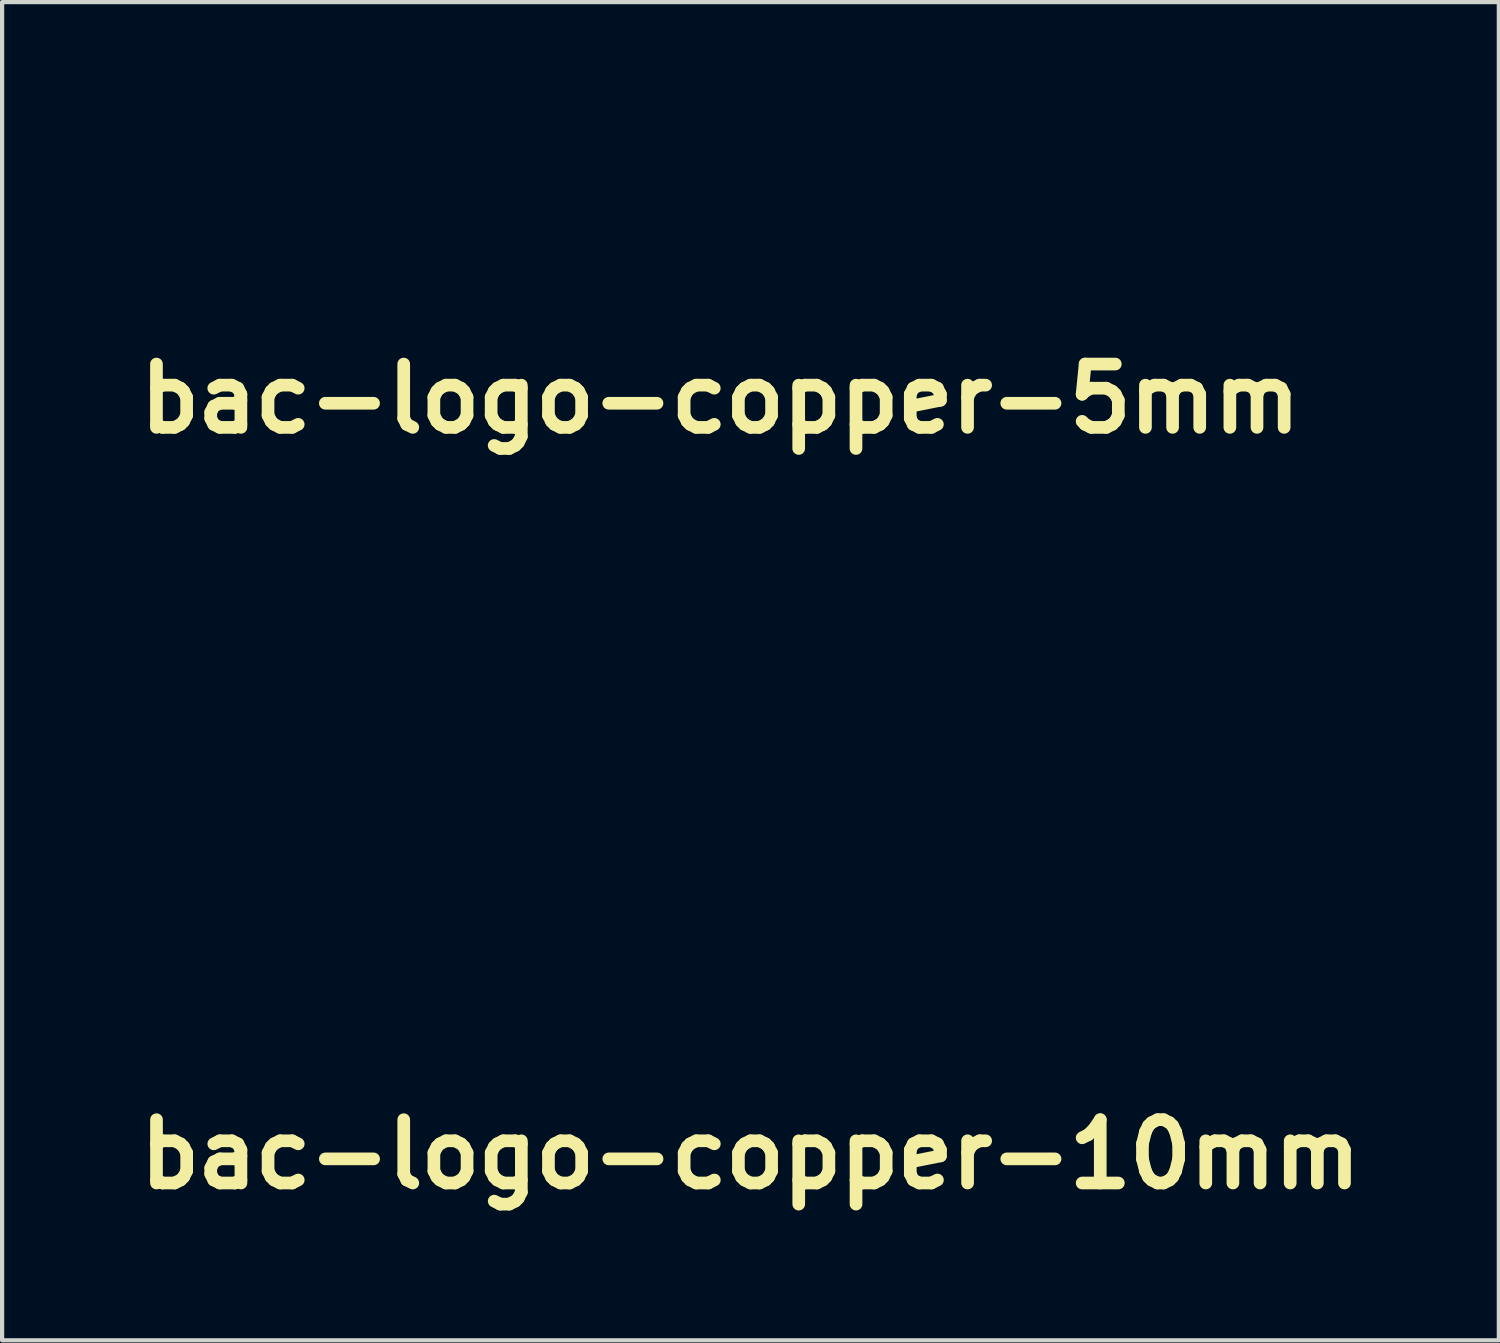
<source format=kicad_pcb>
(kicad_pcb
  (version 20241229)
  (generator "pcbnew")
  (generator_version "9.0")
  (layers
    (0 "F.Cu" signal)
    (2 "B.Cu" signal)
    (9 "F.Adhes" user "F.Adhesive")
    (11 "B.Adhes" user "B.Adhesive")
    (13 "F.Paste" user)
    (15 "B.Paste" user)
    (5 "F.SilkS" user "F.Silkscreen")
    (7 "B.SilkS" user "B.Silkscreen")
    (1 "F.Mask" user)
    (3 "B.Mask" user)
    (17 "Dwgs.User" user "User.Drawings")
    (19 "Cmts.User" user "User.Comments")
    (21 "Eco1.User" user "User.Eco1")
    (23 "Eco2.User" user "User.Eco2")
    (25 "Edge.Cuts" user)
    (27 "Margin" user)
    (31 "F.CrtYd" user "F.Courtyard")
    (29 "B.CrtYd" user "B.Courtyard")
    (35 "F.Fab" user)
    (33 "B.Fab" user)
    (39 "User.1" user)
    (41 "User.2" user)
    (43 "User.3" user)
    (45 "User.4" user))
  (footprint "bac-logo-copper-10mm"
    (layer "F.Cu")
    (at 14.729 15.597)
    (property "Reference" "bac-logo-copper-10mm" (at 0 8.7 0) (layer "F.SilkS") (effects (font (size 1.5 1.5) (thickness 0.3))))
    (attr board_only exclude_from_pos_files exclude_from_bom)
    (fp_poly (pts (xy 0.105 -3.434) (xy 0.248 -3.386) (xy 0.283 -3.364) (xy 0.368 -3.265) (xy 0.386 -3.155) (xy 0.334 -3.051) (xy 0.288 -3.008) (xy 0.163 -2.95) (xy 0.002 -2.922) (xy -0.161 -2.926) (xy -0.276 -2.957) (xy -0.407 -3.041) (xy -0.469 -3.138) (xy -0.461 -3.241) (xy -0.383 -3.344) (xy -0.356 -3.365) (xy -0.227 -3.423) (xy -0.064 -3.446)) (stroke (width 0) (type solid)) (fill yes) (layer "F.Mask"))
    (fp_poly (pts (xy -0.005 1.738) (xy 0.007 1.764) (xy 0.016 1.816) (xy 0.023 1.899) (xy 0.028 2.021) (xy 0.032 2.188) (xy 0.035 2.406) (xy 0.036 2.681) (xy 0.037 3.02) (xy 0.037 3.221) (xy 0.037 3.595) (xy 0.036 3.903) (xy 0.034 4.149) (xy 0.031 4.341) (xy 0.026 4.485) (xy 0.02 4.588) (xy 0.012 4.655) (xy 0.002 4.694) (xy -0.011 4.71) (xy -0.018 4.712) (xy -0.032 4.705) (xy -0.044 4.678) (xy -0.053 4.626) (xy -0.06 4.543) (xy -0.065 4.421) (xy -0.069 4.254) (xy -0.072 4.036) (xy -0.073 3.761) (xy -0.074 3.422) (xy -0.074 3.221) (xy -0.073 2.847) (xy -0.072 2.539) (xy -0.07 2.293) (xy -0.067 2.101) (xy -0.063 1.957) (xy -0.057 1.854) (xy -0.049 1.787) (xy -0.038 1.748) (xy -0.026 1.732) (xy -0.018 1.73)) (stroke (width 0) (type solid)) (fill yes) (layer "F.Mask"))
    (fp_poly (pts (xy 0.019 -4.779) (xy 0.124 -4.73) (xy 0.276 -4.655) (xy 0.468 -4.556) (xy 0.691 -4.439) (xy 0.937 -4.308) (xy 1.198 -4.168) (xy 1.466 -4.023) (xy 1.732 -3.877) (xy 1.989 -3.736) (xy 2.227 -3.603) (xy 2.439 -3.482) (xy 2.617 -3.38) (xy 2.752 -3.299) (xy 2.836 -3.244) (xy 2.85 -3.233) (xy 2.864 -3.222) (xy 2.876 -3.206) (xy 2.886 -3.183) (xy 2.895 -3.146) (xy 2.902 -3.092) (xy 2.909 -3.015) (xy 2.914 -2.911) (xy 2.918 -2.775) (xy 2.922 -2.602) (xy 2.925 -2.388) (xy 2.927 -2.129) (xy 2.929 -1.818) (xy 2.931 -1.452) (xy 2.933 -1.026) (xy 2.934 -0.535) (xy 2.936 -0.054) (xy 2.937 0.421) (xy 2.937 0.877) (xy 2.937 1.308) (xy 2.936 1.708) (xy 2.934 2.072) (xy 2.932 2.394) (xy 2.929 2.668) (xy 2.926 2.89) (xy 2.922 3.052) (xy 2.918 3.151) (xy 2.915 3.178) (xy 2.904 3.208) (xy 2.882 3.24) (xy 2.843 3.277) (xy 2.781 3.324) (xy 2.692 3.384) (xy 2.568 3.46) (xy 2.405 3.556) (xy 2.198 3.675) (xy 1.939 3.822) (xy 1.623 3.999) (xy 1.489 4.074) (xy 1.095 4.293) (xy 0.762 4.476) (xy 0.49 4.622) (xy 0.277 4.732) (xy 0.121 4.807) (xy 0.02 4.848) (xy -0.018 4.857) (xy -0.08 4.84) (xy -0.198 4.789) (xy -0.372 4.703) (xy -0.606 4.581) (xy -0.899 4.424) (xy -1.253 4.23) (xy -1.509 4.087) (xy -1.902 3.867) (xy -2.233 3.678) (xy -2.501 3.522) (xy -2.706 3.398) (xy -2.846 3.306) (xy -2.922 3.248) (xy -2.935 3.233) (xy -2.943 3.2) (xy -2.951 3.134) (xy -2.957 3.029) (xy -2.963 2.884) (xy -2.967 2.693) (xy -2.971 2.453) (xy -2.974 2.161) (xy -2.977 1.812) (xy -2.979 1.404) (xy -2.98 0.931) (xy -2.98 0.391) (xy -2.98 0.141) (xy -2.835 0.141) (xy -2.826 1.681) (xy -2.816 3.221) (xy -1.454 3.983) (xy -1.134 4.16) (xy -0.843 4.319) (xy -0.587 4.457) (xy -0.371 4.57) (xy -0.2 4.656) (xy -0.082 4.712) (xy -0.02 4.734) (xy -0.015 4.734) (xy 0.033 4.715) (xy 0.138 4.663) (xy 0.293 4.583) (xy 0.49 4.479) (xy 0.724 4.354) (xy 0.986 4.211) (xy 1.27 4.056) (xy 1.415 3.976) (xy 1.704 3.815) (xy 1.973 3.665) (xy 2.214 3.528) (xy 2.422 3.409) (xy 2.589 3.311) (xy 2.708 3.239) (xy 2.773 3.197) (xy 2.783 3.188) (xy 2.786 3.143) (xy 2.789 3.033) (xy 2.79 2.865) (xy 2.791 2.648) (xy 2.792 2.389) (xy 2.791 2.097) (xy 2.79 1.779) (xy 2.789 1.651) (xy 2.779 0.155) (xy 1.421 0.91) (xy 1.129 1.072) (xy 0.854 1.221) (xy 0.604 1.355) (xy 0.387 1.47) (xy 0.208 1.562) (xy 0.075 1.627) (xy -0.004 1.661) (xy -0.022 1.666) (xy -0.067 1.649) (xy -0.168 1.6) (xy -0.317 1.525) (xy -0.506 1.427) (xy -0.726 1.311) (xy -0.969 1.181) (xy -1.227 1.042) (xy -1.491 0.899) (xy -1.754 0.755) (xy -2.007 0.616) (xy -2.242 0.485) (xy -2.45 0.367) (xy -2.624 0.267) (xy -2.715 0.213) (xy -2.835 0.141) (xy -2.98 0.141) (xy -2.981 0.061) (xy -2.753 0.061) (xy -2.744 0.072) (xy -2.729 0.074) (xy -2.69 0.091) (xy -2.595 0.141) (xy -2.449 0.219) (xy -2.26 0.321) (xy -2.034 0.445) (xy -1.779 0.586) (xy -1.501 0.74) (xy -1.376 0.81) (xy -1.09 0.969) (xy -0.824 1.116) (xy -0.585 1.247) (xy -0.379 1.36) (xy -0.213 1.449) (xy -0.095 1.511) (xy -0.032 1.543) (xy -0.023 1.546) (xy 0.016 1.529) (xy 0.111 1.479) (xy 0.257 1.402) (xy 0.446 1.299) (xy 0.672 1.177) (xy 0.927 1.037) (xy 1.204 0.884) (xy 1.309 0.825) (xy 1.594 0.667) (xy 1.86 0.519) (xy 2.1 0.384) (xy 2.307 0.268) (xy 2.473 0.173) (xy 2.592 0.105) (xy 2.657 0.067) (xy 2.665 0.062) (xy 2.67 0.046) (xy 2.65 0.019) (xy 2.601 -0.02) (xy 2.518 -0.077) (xy 2.394 -0.152) (xy 2.227 -0.251) (xy 2.009 -0.374) (xy 1.737 -0.527) (xy 1.406 -0.711) (xy 1.389 -0.721) (xy 0.055 -1.46) (xy 0.046 0.006) (xy 0.043 0.378) (xy 0.04 0.683) (xy 0.036 0.926) (xy 0.032 1.116) (xy 0.026 1.257) (xy 0.019 1.357) (xy 0.01 1.422) (xy -0.001 1.458) (xy -0.014 1.472) (xy -0.018 1.472) (xy -0.032 1.464) (xy -0.044 1.436) (xy -0.053 1.381) (xy -0.061 1.292) (xy -0.067 1.164) (xy -0.072 0.99) (xy -0.076 0.764) (xy -0.079 0.479) (xy -0.082 0.128) (xy -0.082 0.003) (xy -0.092 -1.466) (xy -1.426 -0.724) (xy -1.77 -0.532) (xy -2.055 -0.372) (xy -2.284 -0.242) (xy -2.461 -0.139) (xy -2.593 -0.059) (xy -2.682 -0.002) (xy -2.734 0.038) (xy -2.753 0.061) (xy -2.981 0.061) (xy -2.981 0.013) (xy -2.981 -0.542) (xy -2.98 -1.027) (xy -2.98 -1.448) (xy -2.979 -1.599) (xy -2.834 -1.599) (xy -2.834 -0.079) (xy -1.518 -0.812) (xy -1.234 -0.972) (xy -0.97 -1.12) (xy -0.734 -1.254) (xy -0.532 -1.37) (xy -0.372 -1.464) (xy -0.259 -1.531) (xy -0.201 -1.568) (xy -0.195 -1.574) (xy -0.224 -1.597) (xy -0.312 -1.651) (xy -0.45 -1.733) (xy -0.633 -1.839) (xy -0.854 -1.964) (xy -1.105 -2.105) (xy -1.38 -2.258) (xy -1.492 -2.319) (xy -1.844 -2.514) (xy -2.135 -2.677) (xy -2.367 -2.81) (xy -2.546 -2.917) (xy -2.673 -2.999) (xy -2.754 -3.059) (xy -2.792 -3.099) (xy -2.79 -3.122) (xy -2.752 -3.129) (xy -2.749 -3.129) (xy -2.708 -3.112) (xy -2.609 -3.062) (xy -2.46 -2.984) (xy -2.268 -2.881) (xy -2.04 -2.757) (xy -1.783 -2.615) (xy -1.504 -2.461) (xy -1.381 -2.393) (xy -1.096 -2.234) (xy -0.829 -2.087) (xy -0.589 -1.955) (xy -0.382 -1.843) (xy -0.216 -1.754) (xy -0.097 -1.691) (xy -0.032 -1.66) (xy -0.023 -1.657) (xy 0.017 -1.674) (xy 0.114 -1.723) (xy 0.261 -1.801) (xy 0.452 -1.904) (xy 0.679 -2.027) (xy 0.935 -2.167) (xy 1.214 -2.321) (xy 1.344 -2.393) (xy 1.631 -2.551) (xy 1.899 -2.698) (xy 2.141 -2.83) (xy 2.35 -2.942) (xy 2.519 -3.031) (xy 2.641 -3.094) (xy 2.708 -3.126) (xy 2.719 -3.129) (xy 2.752 -3.123) (xy 2.753 -3.103) (xy 2.718 -3.066) (xy 2.642 -3.011) (xy 2.523 -2.934) (xy 2.355 -2.833) (xy 2.136 -2.706) (xy 1.861 -2.549) (xy 1.525 -2.361) (xy 1.424 -2.305) (xy 0.111 -1.573) (xy 1.445 -0.83) (xy 2.779 -0.087) (xy 2.789 -1.597) (xy 2.791 -1.989) (xy 2.791 -2.313) (xy 2.79 -2.575) (xy 2.787 -2.78) (xy 2.783 -2.934) (xy 2.776 -3.043) (xy 2.767 -3.112) (xy 2.755 -3.146) (xy 2.752 -3.15) (xy 2.705 -3.182) (xy 2.603 -3.243) (xy 2.454 -3.329) (xy 2.266 -3.436) (xy 2.048 -3.559) (xy 1.807 -3.693) (xy 1.552 -3.834) (xy 1.291 -3.977) (xy 1.032 -4.119) (xy 0.784 -4.254) (xy 0.555 -4.377) (xy 0.353 -4.486) (xy 0.186 -4.573) (xy 0.062 -4.637) (xy -0.009 -4.67) (xy -0.023 -4.675) (xy -0.064 -4.658) (xy -0.161 -4.609) (xy -0.305 -4.533) (xy -0.489 -4.435) (xy -0.704 -4.319) (xy -0.943 -4.19) (xy -1.196 -4.052) (xy -1.457 -3.909) (xy -1.715 -3.766) (xy -1.964 -3.629) (xy -2.195 -3.5) (xy -2.399 -3.385) (xy -2.569 -3.288) (xy -2.697 -3.214) (xy -2.773 -3.167) (xy -2.788 -3.156) (xy -2.8 -3.13) (xy -2.81 -3.069) (xy -2.818 -2.968) (xy -2.824 -2.821) (xy -2.829 -2.622) (xy -2.832 -2.367) (xy -2.834 -2.05) (xy -2.834 -1.665) (xy -2.834 -1.599) (xy -2.979 -1.599) (xy -2.979 -1.81) (xy -2.977 -2.117) (xy -2.975 -2.374) (xy -2.973 -2.585) (xy -2.969 -2.755) (xy -2.965 -2.889) (xy -2.959 -2.992) (xy -2.953 -3.069) (xy -2.946 -3.123) (xy -2.937 -3.159) (xy -2.927 -3.184) (xy -2.917 -3.198) (xy -2.867 -3.237) (xy -2.762 -3.305) (xy -2.608 -3.398) (xy -2.416 -3.511) (xy -2.192 -3.64) (xy -1.945 -3.78) (xy -1.683 -3.927) (xy -1.415 -4.076) (xy -1.149 -4.222) (xy -0.892 -4.361) (xy -0.654 -4.489) (xy -0.443 -4.6) (xy -0.266 -4.691) (xy -0.132 -4.756) (xy -0.049 -4.791) (xy -0.029 -4.796)) (stroke (width 0) (type solid)) (fill yes) (layer "F.Mask")))
  (footprint "bac-logo-copper-5mm"
    (layer "F.Cu")
    (at 14.014 2.396)
    (property "Reference" "bac-logo-copper-5mm" (at 0 4 0) (layer "F.SilkS") (effects (font (size 1.5 1.5) (thickness 0.3))))
    (attr board_only exclude_from_pos_files exclude_from_bom)
    (fp_poly (pts (xy 0.052 -1.716) (xy 0.124 -1.692) (xy 0.141 -1.681) (xy 0.184 -1.631) (xy 0.193 -1.577) (xy 0.167 -1.524) (xy 0.144 -1.503) (xy 0.081 -1.474) (xy 0.001 -1.46) (xy -0.08 -1.462) (xy -0.138 -1.477) (xy -0.203 -1.519) (xy -0.234 -1.568) (xy -0.23 -1.62) (xy -0.191 -1.671) (xy -0.178 -1.681) (xy -0.114 -1.71) (xy -0.032 -1.722)) (stroke (width 0) (type solid)) (fill yes) (layer "F.Mask"))
    (fp_poly (pts (xy -0.002 0.868) (xy 0.003 0.881) (xy 0.008 0.907) (xy 0.012 0.949) (xy 0.014 1.01) (xy 0.016 1.093) (xy 0.017 1.202) (xy 0.018 1.339) (xy 0.018 1.509) (xy 0.018 1.609) (xy 0.018 1.796) (xy 0.018 1.95) (xy 0.017 2.073) (xy 0.015 2.169) (xy 0.013 2.241) (xy 0.01 2.292) (xy 0.006 2.326) (xy 0.001 2.345) (xy -0.005 2.353) (xy -0.009 2.354) (xy -0.016 2.351) (xy -0.022 2.337) (xy -0.026 2.311) (xy -0.03 2.27) (xy -0.033 2.209) (xy -0.034 2.125) (xy -0.036 2.017) (xy -0.036 1.879) (xy -0.037 1.71) (xy -0.037 1.609) (xy -0.037 1.422) (xy -0.036 1.269) (xy -0.035 1.146) (xy -0.034 1.05) (xy -0.031 0.978) (xy -0.028 0.926) (xy -0.024 0.893) (xy -0.019 0.874) (xy -0.013 0.865) (xy -0.009 0.864)) (stroke (width 0) (type solid)) (fill yes) (layer "F.Mask"))
    (fp_poly (pts (xy 0.01 -2.388) (xy 0.062 -2.364) (xy 0.138 -2.326) (xy 0.234 -2.276) (xy 0.345 -2.218) (xy 0.468 -2.153) (xy 0.599 -2.082) (xy 0.732 -2.01) (xy 0.865 -1.937) (xy 0.994 -1.867) (xy 1.113 -1.8) (xy 1.219 -1.74) (xy 1.308 -1.689) (xy 1.375 -1.648) (xy 1.417 -1.621) (xy 1.424 -1.616) (xy 1.431 -1.61) (xy 1.437 -1.602) (xy 1.442 -1.59) (xy 1.446 -1.572) (xy 1.45 -1.545) (xy 1.453 -1.506) (xy 1.456 -1.454) (xy 1.458 -1.386) (xy 1.46 -1.3) (xy 1.461 -1.193) (xy 1.463 -1.064) (xy 1.464 -0.908) (xy 1.464 -0.726) (xy 1.465 -0.513) (xy 1.466 -0.267) (xy 1.467 -0.027) (xy 1.467 0.21) (xy 1.467 0.438) (xy 1.467 0.653) (xy 1.467 0.853) (xy 1.466 1.035) (xy 1.465 1.196) (xy 1.464 1.333) (xy 1.462 1.444) (xy 1.46 1.525) (xy 1.458 1.574) (xy 1.457 1.588) (xy 1.451 1.603) (xy 1.44 1.619) (xy 1.42 1.637) (xy 1.39 1.661) (xy 1.345 1.691) (xy 1.283 1.729) (xy 1.202 1.776) (xy 1.098 1.836) (xy 0.969 1.909) (xy 0.811 1.998) (xy 0.744 2.036) (xy 0.547 2.145) (xy 0.381 2.236) (xy 0.245 2.309) (xy 0.138 2.364) (xy 0.06 2.402) (xy 0.01 2.422) (xy -0.009 2.427) (xy -0.04 2.418) (xy -0.099 2.393) (xy -0.186 2.35) (xy -0.303 2.289) (xy -0.449 2.21) (xy -0.626 2.113) (xy -0.754 2.042) (xy -0.95 1.932) (xy -1.116 1.838) (xy -1.25 1.76) (xy -1.352 1.698) (xy -1.422 1.652) (xy -1.46 1.623) (xy -1.466 1.615) (xy -1.471 1.599) (xy -1.474 1.566) (xy -1.478 1.514) (xy -1.48 1.441) (xy -1.483 1.345) (xy -1.485 1.226) (xy -1.486 1.08) (xy -1.487 0.906) (xy -1.488 0.701) (xy -1.489 0.465) (xy -1.489 0.195) (xy -1.489 0.07) (xy -1.417 0.07) (xy -1.412 0.84) (xy -1.407 1.609) (xy -0.727 1.99) (xy -0.567 2.079) (xy -0.421 2.158) (xy -0.293 2.227) (xy -0.185 2.283) (xy -0.1 2.326) (xy -0.041 2.354) (xy -0.01 2.365) (xy -0.008 2.365) (xy 0.016 2.356) (xy 0.069 2.33) (xy 0.146 2.29) (xy 0.245 2.238) (xy 0.362 2.175) (xy 0.493 2.104) (xy 0.634 2.027) (xy 0.707 1.987) (xy 0.851 1.906) (xy 0.986 1.831) (xy 1.106 1.763) (xy 1.21 1.703) (xy 1.293 1.654) (xy 1.353 1.618) (xy 1.386 1.597) (xy 1.391 1.593) (xy 1.392 1.57) (xy 1.393 1.515) (xy 1.394 1.432) (xy 1.395 1.323) (xy 1.395 1.194) (xy 1.395 1.048) (xy 1.394 0.889) (xy 1.393 0.825) (xy 1.389 0.077) (xy 0.71 0.455) (xy 0.564 0.535) (xy 0.427 0.61) (xy 0.302 0.677) (xy 0.193 0.734) (xy 0.104 0.78) (xy 0.038 0.813) (xy -0.002 0.83) (xy -0.011 0.832) (xy -0.033 0.824) (xy -0.084 0.799) (xy -0.158 0.762) (xy -0.253 0.713) (xy -0.363 0.655) (xy -0.484 0.59) (xy -0.613 0.521) (xy -0.745 0.449) (xy -0.876 0.377) (xy -1.003 0.308) (xy -1.12 0.242) (xy -1.224 0.184) (xy -1.311 0.134) (xy -1.357 0.106) (xy -1.417 0.07) (xy -1.489 0.07) (xy -1.489 0.031) (xy -1.376 0.031) (xy -1.371 0.036) (xy -1.363 0.037) (xy -1.344 0.045) (xy -1.297 0.07) (xy -1.224 0.109) (xy -1.129 0.161) (xy -1.016 0.222) (xy -0.889 0.293) (xy -0.75 0.37) (xy -0.687 0.405) (xy -0.545 0.484) (xy -0.412 0.557) (xy -0.292 0.623) (xy -0.189 0.679) (xy -0.107 0.724) (xy -0.048 0.755) (xy -0.016 0.771) (xy -0.011 0.772) (xy 0.008 0.764) (xy 0.056 0.739) (xy 0.128 0.7) (xy 0.223 0.649) (xy 0.336 0.588) (xy 0.463 0.518) (xy 0.601 0.442) (xy 0.654 0.412) (xy 0.796 0.333) (xy 0.929 0.259) (xy 1.049 0.192) (xy 1.153 0.134) (xy 1.236 0.087) (xy 1.295 0.052) (xy 1.327 0.033) (xy 1.331 0.031) (xy 1.334 0.023) (xy 1.324 0.01) (xy 1.3 -0.01) (xy 1.258 -0.038) (xy 1.196 -0.076) (xy 1.112 -0.125) (xy 1.004 -0.187) (xy 0.868 -0.263) (xy 0.702 -0.355) (xy 0.694 -0.36) (xy 0.028 -0.73) (xy 0.023 0.003) (xy 0.021 0.189) (xy 0.02 0.341) (xy 0.018 0.463) (xy 0.016 0.558) (xy 0.013 0.628) (xy 0.009 0.678) (xy 0.005 0.711) (xy -0.0004 0.729) (xy -0.007 0.735) (xy -0.009 0.736) (xy -0.016 0.732) (xy -0.022 0.717) (xy -0.027 0.69) (xy -0.03 0.646) (xy -0.033 0.582) (xy -0.036 0.495) (xy -0.038 0.382) (xy -0.039 0.239) (xy -0.041 0.064) (xy -0.041 0.002) (xy -0.046 -0.732) (xy -0.712 -0.362) (xy -0.885 -0.266) (xy -1.027 -0.186) (xy -1.141 -0.121) (xy -1.23 -0.069) (xy -1.295 -0.03) (xy -1.34 -0.001) (xy -1.366 0.019) (xy -1.376 0.031) (xy -1.489 0.031) (xy -1.489 0.006) (xy -1.489 -0.271) (xy -1.489 -0.513) (xy -1.489 -0.724) (xy -1.489 -0.799) (xy -1.416 -0.799) (xy -1.416 -0.039) (xy -0.759 -0.406) (xy -0.617 -0.485) (xy -0.485 -0.56) (xy -0.367 -0.627) (xy -0.266 -0.685) (xy -0.186 -0.731) (xy -0.129 -0.765) (xy -0.101 -0.783) (xy -0.097 -0.786) (xy -0.112 -0.798) (xy -0.156 -0.825) (xy -0.225 -0.866) (xy -0.316 -0.919) (xy -0.427 -0.981) (xy -0.552 -1.052) (xy -0.69 -1.128) (xy -0.745 -1.159) (xy -0.921 -1.256) (xy -1.067 -1.337) (xy -1.183 -1.404) (xy -1.272 -1.458) (xy -1.336 -1.499) (xy -1.376 -1.528) (xy -1.395 -1.548) (xy -1.394 -1.56) (xy -1.375 -1.563) (xy -1.374 -1.563) (xy -1.353 -1.555) (xy -1.303 -1.53) (xy -1.229 -1.491) (xy -1.133 -1.439) (xy -1.019 -1.377) (xy -0.891 -1.307) (xy -0.751 -1.23) (xy -0.69 -1.196) (xy -0.547 -1.116) (xy -0.414 -1.043) (xy -0.294 -0.977) (xy -0.191 -0.921) (xy -0.108 -0.876) (xy -0.049 -0.845) (xy -0.016 -0.829) (xy -0.011 -0.828) (xy 0.008 -0.836) (xy 0.057 -0.861) (xy 0.13 -0.9) (xy 0.226 -0.951) (xy 0.339 -1.013) (xy 0.467 -1.083) (xy 0.607 -1.16) (xy 0.671 -1.196) (xy 0.815 -1.275) (xy 0.949 -1.348) (xy 1.07 -1.414) (xy 1.174 -1.47) (xy 1.259 -1.515) (xy 1.319 -1.546) (xy 1.353 -1.562) (xy 1.359 -1.563) (xy 1.375 -1.56) (xy 1.376 -1.55) (xy 1.358 -1.532) (xy 1.32 -1.504) (xy 1.261 -1.466) (xy 1.177 -1.416) (xy 1.067 -1.352) (xy 0.93 -1.274) (xy 0.762 -1.18) (xy 0.712 -1.152) (xy 0.055 -0.786) (xy 0.722 -0.415) (xy 1.389 -0.043) (xy 1.393 -0.798) (xy 1.394 -0.994) (xy 1.395 -1.156) (xy 1.394 -1.287) (xy 1.393 -1.389) (xy 1.39 -1.466) (xy 1.387 -1.52) (xy 1.382 -1.555) (xy 1.377 -1.572) (xy 1.375 -1.574) (xy 1.352 -1.59) (xy 1.301 -1.62) (xy 1.226 -1.663) (xy 1.132 -1.717) (xy 1.023 -1.778) (xy 0.903 -1.845) (xy 0.775 -1.916) (xy 0.645 -1.987) (xy 0.516 -2.058) (xy 0.392 -2.125) (xy 0.277 -2.187) (xy 0.176 -2.241) (xy 0.093 -2.285) (xy 0.031 -2.317) (xy -0.005 -2.334) (xy -0.012 -2.336) (xy -0.032 -2.327) (xy -0.08 -2.303) (xy -0.152 -2.265) (xy -0.244 -2.216) (xy -0.352 -2.158) (xy -0.471 -2.093) (xy -0.598 -2.024) (xy -0.728 -1.953) (xy -0.857 -1.882) (xy -0.981 -1.813) (xy -1.096 -1.749) (xy -1.199 -1.691) (xy -1.284 -1.643) (xy -1.347 -1.606) (xy -1.386 -1.582) (xy -1.393 -1.577) (xy -1.399 -1.564) (xy -1.404 -1.534) (xy -1.408 -1.483) (xy -1.411 -1.409) (xy -1.413 -1.31) (xy -1.415 -1.183) (xy -1.416 -1.024) (xy -1.416 -0.832) (xy -1.416 -0.799) (xy -1.489 -0.799) (xy -1.488 -0.904) (xy -1.488 -1.058) (xy -1.487 -1.186) (xy -1.485 -1.291) (xy -1.483 -1.377) (xy -1.481 -1.444) (xy -1.479 -1.495) (xy -1.475 -1.533) (xy -1.472 -1.56) (xy -1.467 -1.579) (xy -1.462 -1.591) (xy -1.457 -1.598) (xy -1.433 -1.617) (xy -1.38 -1.651) (xy -1.303 -1.698) (xy -1.207 -1.754) (xy -1.095 -1.819) (xy -0.972 -1.889) (xy -0.841 -1.962) (xy -0.707 -2.036) (xy -0.574 -2.11) (xy -0.446 -2.179) (xy -0.327 -2.243) (xy -0.221 -2.298) (xy -0.133 -2.344) (xy -0.066 -2.376) (xy -0.025 -2.394) (xy -0.015 -2.396)) (stroke (width 0) (type solid)) (fill yes) (layer "F.Mask")))
  (gr_rect
    (start -3 -3)
    (end 32.457 28.701)
    (stroke (width 0.1) (type default))
    (fill no)
    (layer "Edge.Cuts")))
</source>
